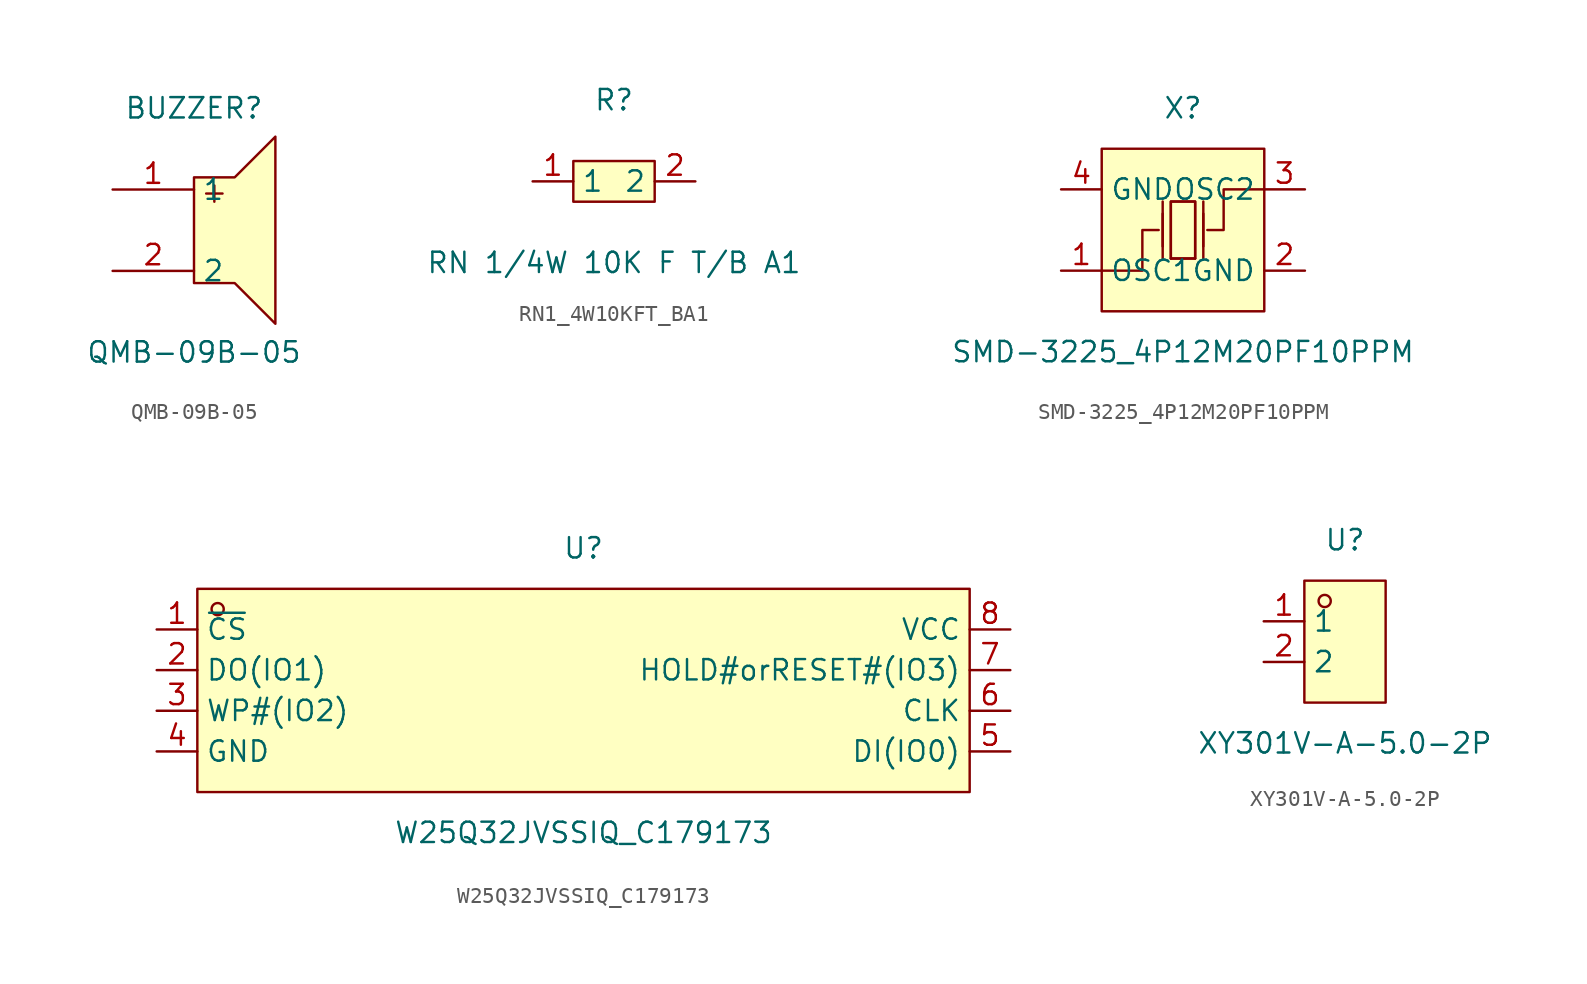
<source format=kicad_sym>
(kicad_symbol_lib
  (version 20211014)
  (generator https://github.com/uPesy/easyeda2kicad.py)
  (symbol "QMB-09B-05"
    (property "Reference" "BUZZER"
      (at 0 7.62 0)
      (effects (font (size 1.27 1.27))))
    (property "Value" "QMB-09B-05"
      (at 0 -7.62 0)
      (effects (font (size 1.27 1.27))))
    (symbol "QMB-09B-05_0_1"
      (polyline (pts (xy 1.27 2.79) (xy 1.27 1.78)) (stroke (width 0) (type default) (color 0 0 0 0)) (fill (type none)))
      (polyline (pts (xy 0.76 2.29) (xy 1.78 2.29)) (stroke (width 0) (type default) (color 0 0 0 0)) (fill (type none)))
      (polyline (pts (xy 0.00 1.78) (xy 0.00 -3.30) (xy 2.54 -3.30) (xy 5.08 -5.84) (xy 5.08 5.84) (xy 2.54 3.30) (xy 0.00 3.30) (xy 0.00 1.78)) (stroke (width 0) (type default) (color 0 0 0 0)) (fill (type background)))
      (pin unspecified line (at -5.08 -2.54 0) (length 5.08) (name "2" (effects (font (size 1.27 1.27)))) (number "2" (effects (font (size 1.27 1.27)))))
      (pin unspecified line (at -5.08 2.54 0) (length 5.08) (name "1" (effects (font (size 1.27 1.27)))) (number "1" (effects (font (size 1.27 1.27)))))))
  (symbol "RN1_4W10KFT_BA1"
    (property "Reference" "R"
      (at 0 5.08 0)
      (effects (font (size 1.27 1.27))))
    (property "Value" "RN 1/4W 10K F T/B A1"
      (at 0 -5.08 0)
      (effects (font (size 1.27 1.27))))
    (symbol "RN1_4W10KFT_BA1_0_1"
      (rectangle (start -2.54 1.27) (end 2.54 -1.27) (stroke (width 0) (type default) (color 0 0 0 0)) (fill (type background)))
      (pin unspecified line (at 5.08 -0.00 180) (length 2.54) (name "2" (effects (font (size 1.27 1.27)))) (number "2" (effects (font (size 1.27 1.27)))))
      (pin unspecified line (at -5.08 -0.00 0) (length 2.54) (name "1" (effects (font (size 1.27 1.27)))) (number "1" (effects (font (size 1.27 1.27)))))))
  (symbol "SMD-3225_4P12M20PF10PPM"
    (property "Reference" "X"
      (at 0 7.62 0)
      (effects (font (size 1.27 1.27))))
    (property "Value" "SMD-3225_4P12M20PF10PPM"
      (at 0 -7.62 0)
      (effects (font (size 1.27 1.27))))
    (symbol "SMD-3225_4P12M20PF10PPM_0_1"
      (rectangle (start -5.08 5.08) (end 5.08 -5.08) (stroke (width 0) (type default) (color 0 0 0 0)) (fill (type background)))
      (polyline (pts (xy -1.27 -1.02) (xy -1.27 1.02)) (stroke (width 0) (type default) (color 0 0 0 0)) (fill (type none)))
      (polyline (pts (xy 0.76 -1.78) (xy -0.76 -1.78)) (stroke (width 0) (type default) (color 0 0 0 0)) (fill (type none)))
      (polyline (pts (xy 1.27 -1.02) (xy 1.27 1.02)) (stroke (width 0) (type default) (color 0 0 0 0)) (fill (type none)))
      (polyline (pts (xy -0.76 -1.78) (xy -0.76 1.78) (xy 0.76 1.78) (xy 0.76 -1.78)) (stroke (width 0) (type default) (color 0 0 0 0)) (fill (type none)))
      (polyline (pts (xy 5.08 2.54) (xy 2.54 2.54) (xy 2.54 -0.00) (xy 1.52 -0.00)) (stroke (width 0) (type default) (color 0 0 0 0)) (fill (type none)))
      (polyline (pts (xy -5.08 -2.54) (xy -2.54 -2.54) (xy -2.54 -0.00) (xy -1.52 -0.00)) (stroke (width 0) (type default) (color 0 0 0 0)) (fill (type none)))
      (polyline (pts (xy 1.27 -1.78) (xy 1.27 1.78)) (stroke (width 0) (type default) (color 0 0 0 0)) (fill (type none)))
      (polyline (pts (xy -1.27 -1.78) (xy -1.27 1.78)) (stroke (width 0) (type default) (color 0 0 0 0)) (fill (type none)))
      (polyline (pts (xy 0.76 1.78) (xy 0.76 -1.78) (xy -0.76 -1.78) (xy -0.76 1.78) (xy 0.76 1.78)) (stroke (width 0) (type default) (color 0 0 0 0)) (fill (type background)))
      (pin unspecified line (at -7.62 2.54 0) (length 2.54) (name "GND" (effects (font (size 1.27 1.27)))) (number "4" (effects (font (size 1.27 1.27)))))
      (pin unspecified line (at 7.62 -2.54 180) (length 2.54) (name "GND" (effects (font (size 1.27 1.27)))) (number "2" (effects (font (size 1.27 1.27)))))
      (pin unspecified line (at -7.62 -2.54 0) (length 2.54) (name "OSC1" (effects (font (size 1.27 1.27)))) (number "1" (effects (font (size 1.27 1.27)))))
      (pin unspecified line (at 7.62 2.54 180) (length 2.54) (name "OSC2" (effects (font (size 1.27 1.27)))) (number "3" (effects (font (size 1.27 1.27)))))))
  (symbol "W25Q32JVSSIQ_C179173"
    (property "Reference" "U"
      (at 0 8.89 0)
      (effects (font (size 1.27 1.27))))
    (property "Value" "W25Q32JVSSIQ_C179173"
      (at 0 -8.89 0)
      (effects (font (size 1.27 1.27))))
    (symbol "W25Q32JVSSIQ_C179173_0_1"
      (rectangle (start -24.13 6.35) (end 24.13 -6.35) (stroke (width 0) (type default) (color 0 0 0 0)) (fill (type background)))
      (circle (center -22.86 5.08) (radius 0.38) (stroke (width 0) (type default) (color 0 0 0 0)) (fill (type none)))
      (pin unspecified line (at -26.67 3.81 0) (length 2.54) (name "~{CS}" (effects (font (size 1.27 1.27)))) (number "1" (effects (font (size 1.27 1.27)))))
      (pin unspecified line (at -26.67 1.27 0) (length 2.54) (name "DO(IO1)" (effects (font (size 1.27 1.27)))) (number "2" (effects (font (size 1.27 1.27)))))
      (pin unspecified line (at -26.67 -1.27 0) (length 2.54) (name "WP#(IO2)" (effects (font (size 1.27 1.27)))) (number "3" (effects (font (size 1.27 1.27)))))
      (pin unspecified line (at -26.67 -3.81 0) (length 2.54) (name "GND" (effects (font (size 1.27 1.27)))) (number "4" (effects (font (size 1.27 1.27)))))
      (pin unspecified line (at 26.67 -3.81 180) (length 2.54) (name "DI(IO0)" (effects (font (size 1.27 1.27)))) (number "5" (effects (font (size 1.27 1.27)))))
      (pin unspecified line (at 26.67 -1.27 180) (length 2.54) (name "CLK" (effects (font (size 1.27 1.27)))) (number "6" (effects (font (size 1.27 1.27)))))
      (pin unspecified line (at 26.67 1.27 180) (length 2.54) (name "HOLD#orRESET#(IO3)" (effects (font (size 1.27 1.27)))) (number "7" (effects (font (size 1.27 1.27)))))
      (pin unspecified line (at 26.67 3.81 180) (length 2.54) (name "VCC" (effects (font (size 1.27 1.27)))) (number "8" (effects (font (size 1.27 1.27)))))))
  (symbol "XY301V-A-5.0-2P"
    (property "Reference" "U"
      (at 0 6.35 0)
      (effects (font (size 1.27 1.27))))
    (property "Value" "XY301V-A-5.0-2P"
      (at 0 -6.35 0)
      (effects (font (size 1.27 1.27))))
    (symbol "XY301V-A-5.0-2P_0_1"
      (rectangle (start -2.54 3.81) (end 2.54 -3.81) (stroke (width 0) (type default) (color 0 0 0 0)) (fill (type background)))
      (circle (center -1.27 2.54) (radius 0.38) (stroke (width 0) (type default) (color 0 0 0 0)) (fill (type none)))
      (pin unspecified line (at -5.08 1.27 0) (length 2.54) (name "1" (effects (font (size 1.27 1.27)))) (number "1" (effects (font (size 1.27 1.27)))))
      (pin unspecified line (at -5.08 -1.27 0) (length 2.54) (name "2" (effects (font (size 1.27 1.27)))) (number "2" (effects (font (size 1.27 1.27))))))))
</source>
